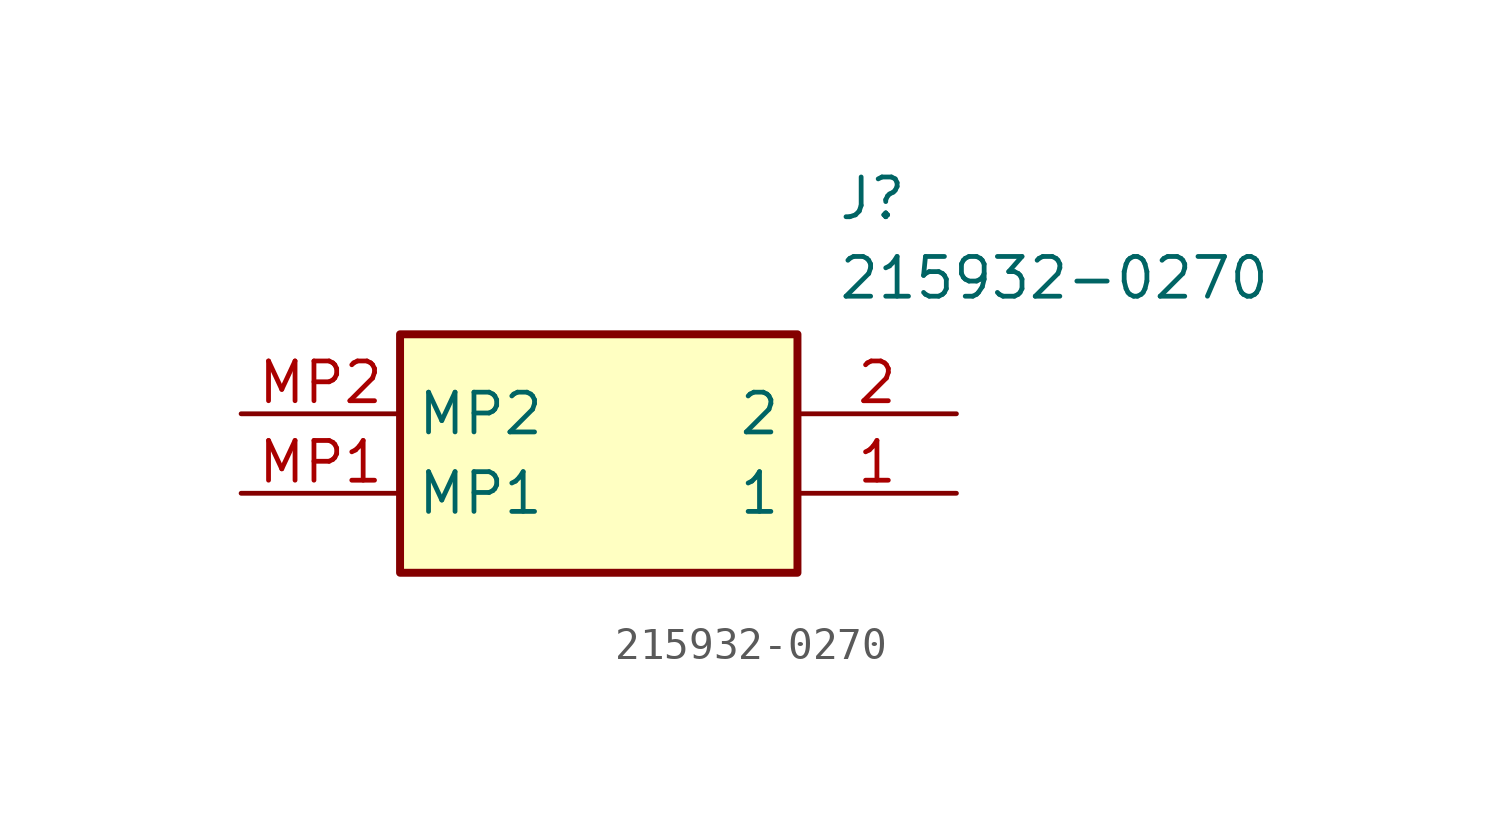
<source format=kicad_sym>
(kicad_symbol_lib
  (version 20211014)
  (generator SamacSys_ECAD_Model)
  (symbol "215932-0270"
    (property "Reference" "J"
      (at 19.05 7.62 0)
      (effects (font (size 1.27 1.27)) (justify left top)))
    (property "Value" "215932-0270"
      (at 19.05 5.08 0)
      (effects (font (size 1.27 1.27)) (justify left top)))
    (rectangle
      (start 5.08 2.54)
      (end 17.78 -5.08)
      (stroke (width 0.254) (type default))
      (fill (type background)))
    (pin passive line
      (at 22.86 -2.54 180)
      (length 5.08)
      (name "1" (effects (font (size 1.27 1.27))))
      (number "1" (effects (font (size 1.27 1.27)))))
    (pin passive line
      (at 22.86 0 180)
      (length 5.08)
      (name "2" (effects (font (size 1.27 1.27))))
      (number "2" (effects (font (size 1.27 1.27)))))
    (pin passive line
      (at 0 -2.54 0)
      (length 5.08)
      (name "MP1" (effects (font (size 1.27 1.27))))
      (number "MP1" (effects (font (size 1.27 1.27)))))
    (pin passive line
      (at 0 0 0)
      (length 5.08)
      (name "MP2" (effects (font (size 1.27 1.27))))
      (number "MP2" (effects (font (size 1.27 1.27)))))))
</source>
